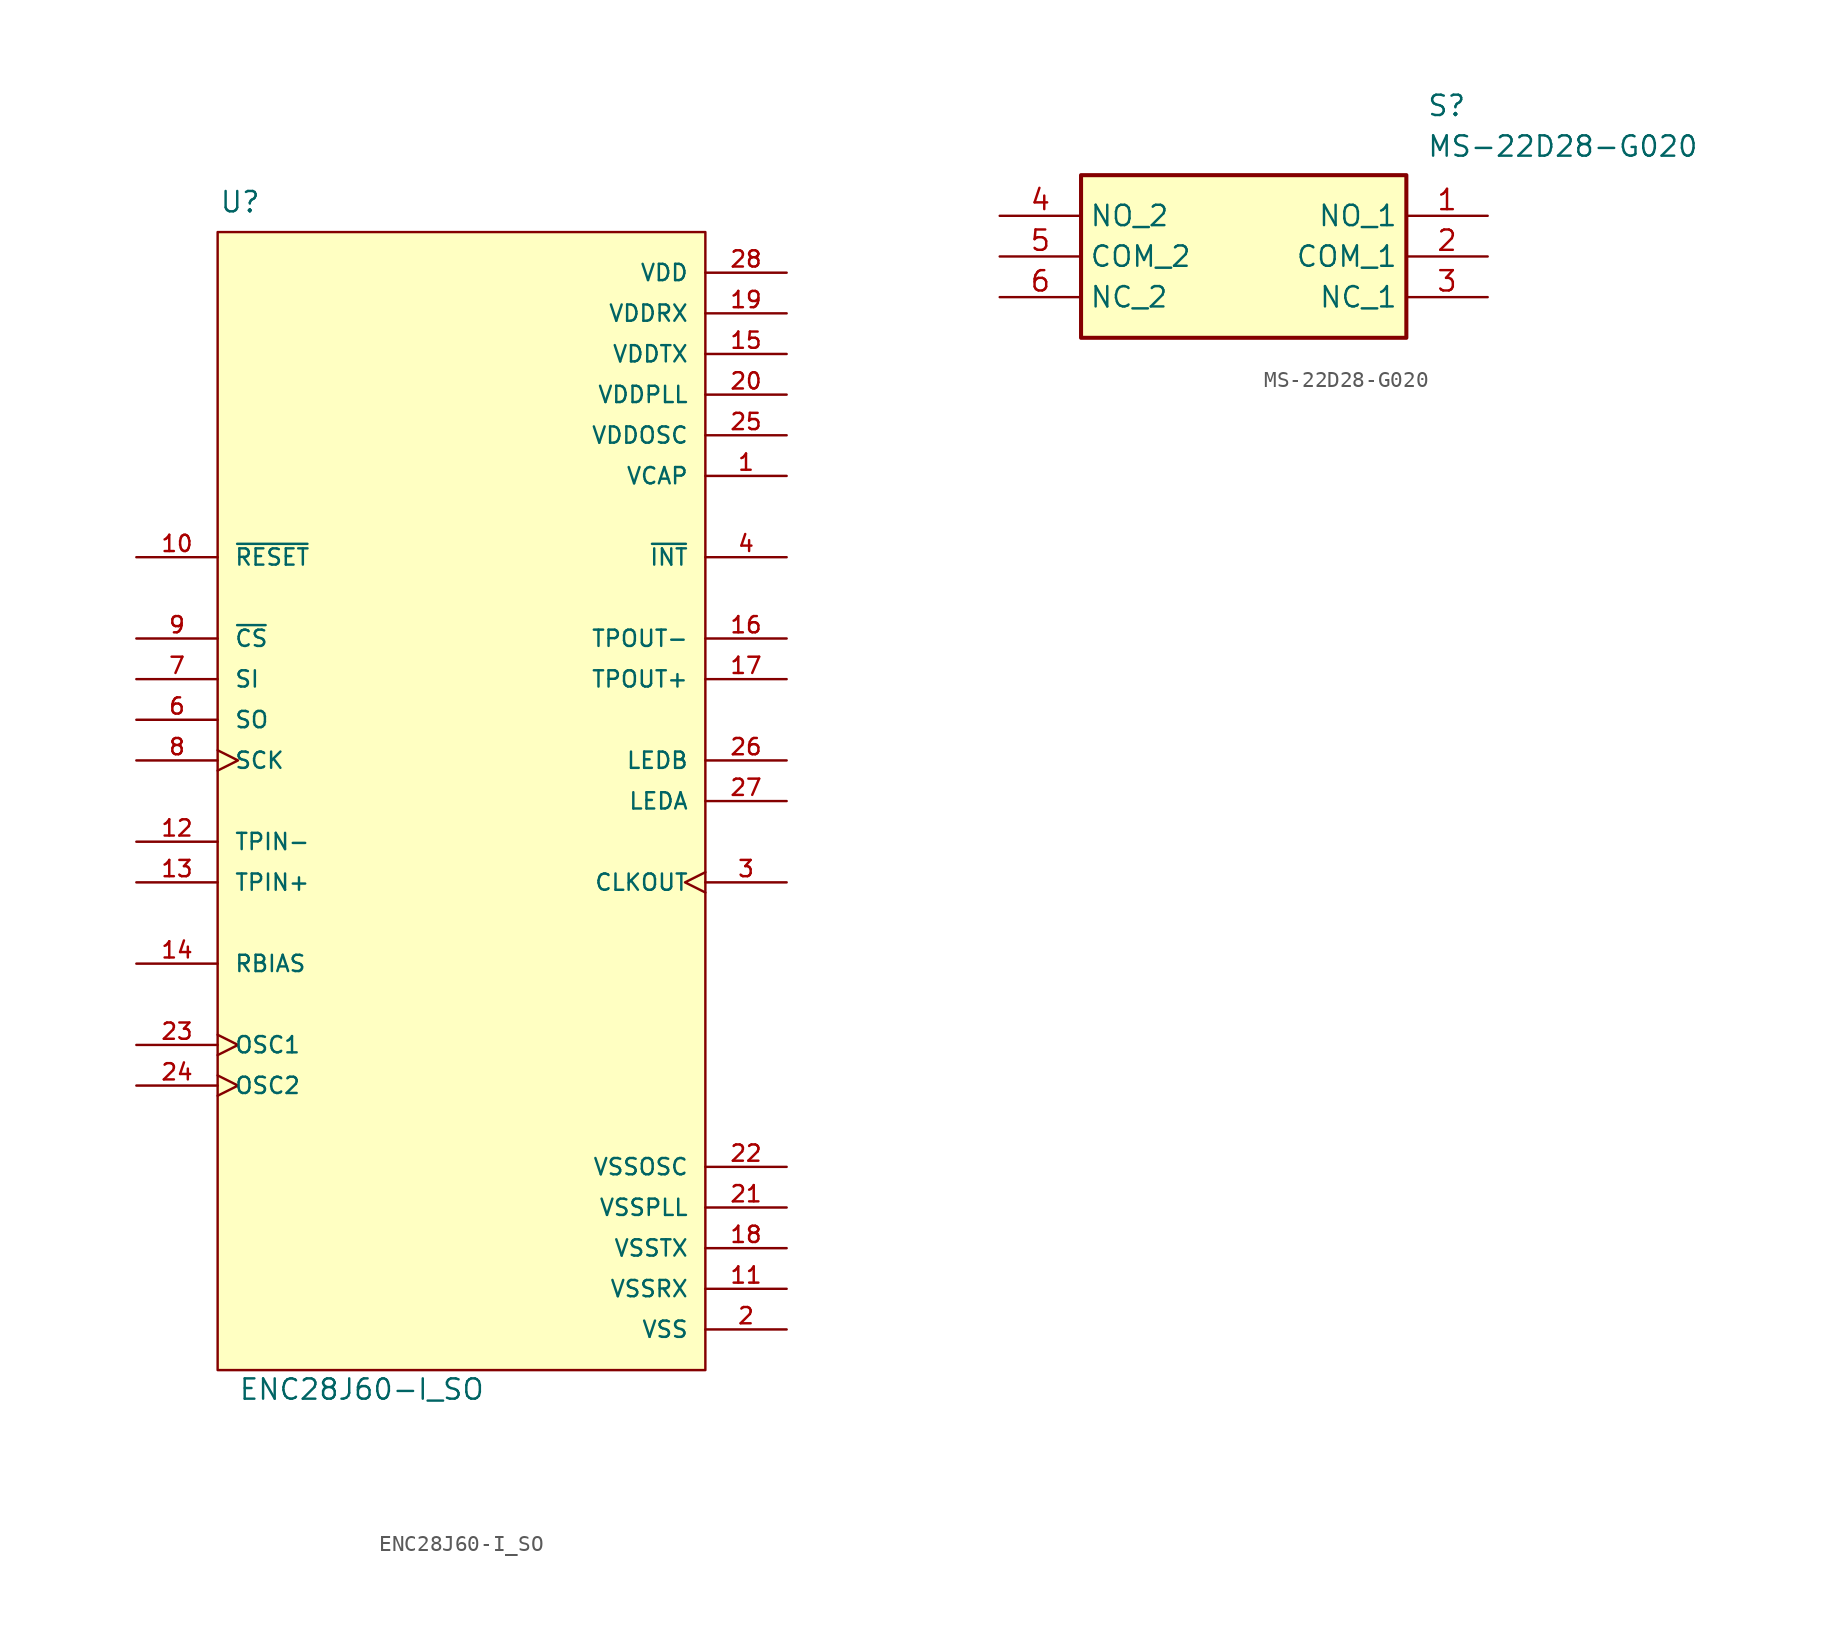
<source format=kicad_sym>
(kicad_symbol_lib
  (version 20231120)
  (generator "kicad_symbol_editor")
  (generator_version "8.0")
  (symbol "ENC28J60-I_SO"
    (pin_names
      (offset 1.016))
    (property "Reference" "U"
      (at -15.144 36.694 0)
      (effects (font (size 1.27 1.27)) (justify left bottom)))
    (property "Value" "ENC28J60-I_SO"
      (at -13.951 -37.51 0)
      (effects (font (size 1.27 1.27)) (justify left bottom)))
    (symbol "ENC28J60-I_SO_0_0"
      (rectangle (start -15.24 -35.56) (end 15.24 35.56) (stroke (width 0.152) (type default)) (fill (type background)))
      (pin power_in line (at 20.32 20.32 180) (length 5.08) (name "VCAP" (effects (font (size 1.016 1.016)))) (number "1" (effects (font (size 1.016 1.016)))))
      (pin input line (at -20.32 15.24 0) (length 5.08) (name "~{RESET}" (effects (font (size 1.016 1.016)))) (number "10" (effects (font (size 1.016 1.016)))))
      (pin power_in line (at 20.32 -30.48 180) (length 5.08) (name "VSSRX" (effects (font (size 1.016 1.016)))) (number "11" (effects (font (size 1.016 1.016)))))
      (pin input line (at -20.32 -2.54 0) (length 5.08) (name "TPIN-" (effects (font (size 1.016 1.016)))) (number "12" (effects (font (size 1.016 1.016)))))
      (pin input line (at -20.32 -5.08 0) (length 5.08) (name "TPIN+" (effects (font (size 1.016 1.016)))) (number "13" (effects (font (size 1.016 1.016)))))
      (pin input line (at -20.32 -10.16 0) (length 5.08) (name "RBIAS" (effects (font (size 1.016 1.016)))) (number "14" (effects (font (size 1.016 1.016)))))
      (pin power_in line (at 20.32 27.94 180) (length 5.08) (name "VDDTX" (effects (font (size 1.016 1.016)))) (number "15" (effects (font (size 1.016 1.016)))))
      (pin output line (at 20.32 10.16 180) (length 5.08) (name "TPOUT-" (effects (font (size 1.016 1.016)))) (number "16" (effects (font (size 1.016 1.016)))))
      (pin output line (at 20.32 7.62 180) (length 5.08) (name "TPOUT+" (effects (font (size 1.016 1.016)))) (number "17" (effects (font (size 1.016 1.016)))))
      (pin power_in line (at 20.32 -27.94 180) (length 5.08) (name "VSSTX" (effects (font (size 1.016 1.016)))) (number "18" (effects (font (size 1.016 1.016)))))
      (pin power_in line (at 20.32 30.48 180) (length 5.08) (name "VDDRX" (effects (font (size 1.016 1.016)))) (number "19" (effects (font (size 1.016 1.016)))))
      (pin power_in line (at 20.32 -33.02 180) (length 5.08) (name "VSS" (effects (font (size 1.016 1.016)))) (number "2" (effects (font (size 1.016 1.016)))))
      (pin power_in line (at 20.32 25.4 180) (length 5.08) (name "VDDPLL" (effects (font (size 1.016 1.016)))) (number "20" (effects (font (size 1.016 1.016)))))
      (pin power_in line (at 20.32 -25.4 180) (length 5.08) (name "VSSPLL" (effects (font (size 1.016 1.016)))) (number "21" (effects (font (size 1.016 1.016)))))
      (pin power_in line (at 20.32 -22.86 180) (length 5.08) (name "VSSOSC" (effects (font (size 1.016 1.016)))) (number "22" (effects (font (size 1.016 1.016)))))
      (pin input clock (at -20.32 -15.24 0) (length 5.08) (name "OSC1" (effects (font (size 1.016 1.016)))) (number "23" (effects (font (size 1.016 1.016)))))
      (pin output clock (at -20.32 -17.78 0) (length 5.08) (name "OSC2" (effects (font (size 1.016 1.016)))) (number "24" (effects (font (size 1.016 1.016)))))
      (pin power_in line (at 20.32 22.86 180) (length 5.08) (name "VDDOSC" (effects (font (size 1.016 1.016)))) (number "25" (effects (font (size 1.016 1.016)))))
      (pin output line (at 20.32 2.54 180) (length 5.08) (name "LEDB" (effects (font (size 1.016 1.016)))) (number "26" (effects (font (size 1.016 1.016)))))
      (pin output line (at 20.32 0 180) (length 5.08) (name "LEDA" (effects (font (size 1.016 1.016)))) (number "27" (effects (font (size 1.016 1.016)))))
      (pin power_in line (at 20.32 33.02 180) (length 5.08) (name "VDD" (effects (font (size 1.016 1.016)))) (number "28" (effects (font (size 1.016 1.016)))))
      (pin output clock (at 20.32 -5.08 180) (length 5.08) (name "CLKOUT" (effects (font (size 1.016 1.016)))) (number "3" (effects (font (size 1.016 1.016)))))
      (pin output line (at 20.32 15.24 180) (length 5.08) (name "~{INT}" (effects (font (size 1.016 1.016)))) (number "4" (effects (font (size 1.016 1.016)))))
      (pin output line (at -20.32 5.08 0) (length 5.08) (name "SO" (effects (font (size 1.016 1.016)))) (number "6" (effects (font (size 1.016 1.016)))))
      (pin input line (at -20.32 7.62 0) (length 5.08) (name "SI" (effects (font (size 1.016 1.016)))) (number "7" (effects (font (size 1.016 1.016)))))
      (pin input clock (at -20.32 2.54 0) (length 5.08) (name "SCK" (effects (font (size 1.016 1.016)))) (number "8" (effects (font (size 1.016 1.016)))))
      (pin input line (at -20.32 10.16 0) (length 5.08) (name "~{CS}" (effects (font (size 1.016 1.016)))) (number "9" (effects (font (size 1.016 1.016)))))))
  (symbol "MS-22D28-G020"
    (property "Reference" "S"
      (at 26.67 7.62 0)
      (effects (font (size 1.27 1.27)) (justify left top)))
    (property "Value" "MS-22D28-G020"
      (at 26.67 5.08 0)
      (effects (font (size 1.27 1.27)) (justify left top)))
    (symbol "MS-22D28-G020_1_1"
      (rectangle (start 5.08 2.54) (end 25.4 -7.62) (stroke (width 0.254) (type default)) (fill (type background)))
      (pin passive line (at 30.48 0 180) (length 5.08) (name "NO_1" (effects (font (size 1.27 1.27)))) (number "1" (effects (font (size 1.27 1.27)))))
      (pin passive line (at 30.48 -2.54 180) (length 5.08) (name "COM_1" (effects (font (size 1.27 1.27)))) (number "2" (effects (font (size 1.27 1.27)))))
      (pin passive line (at 30.48 -5.08 180) (length 5.08) (name "NC_1" (effects (font (size 1.27 1.27)))) (number "3" (effects (font (size 1.27 1.27)))))
      (pin passive line (at 0 0 0) (length 5.08) (name "NO_2" (effects (font (size 1.27 1.27)))) (number "4" (effects (font (size 1.27 1.27)))))
      (pin passive line (at 0 -2.54 0) (length 5.08) (name "COM_2" (effects (font (size 1.27 1.27)))) (number "5" (effects (font (size 1.27 1.27)))))
      (pin passive line (at 0 -5.08 0) (length 5.08) (name "NC_2" (effects (font (size 1.27 1.27)))) (number "6" (effects (font (size 1.27 1.27))))))))
</source>
